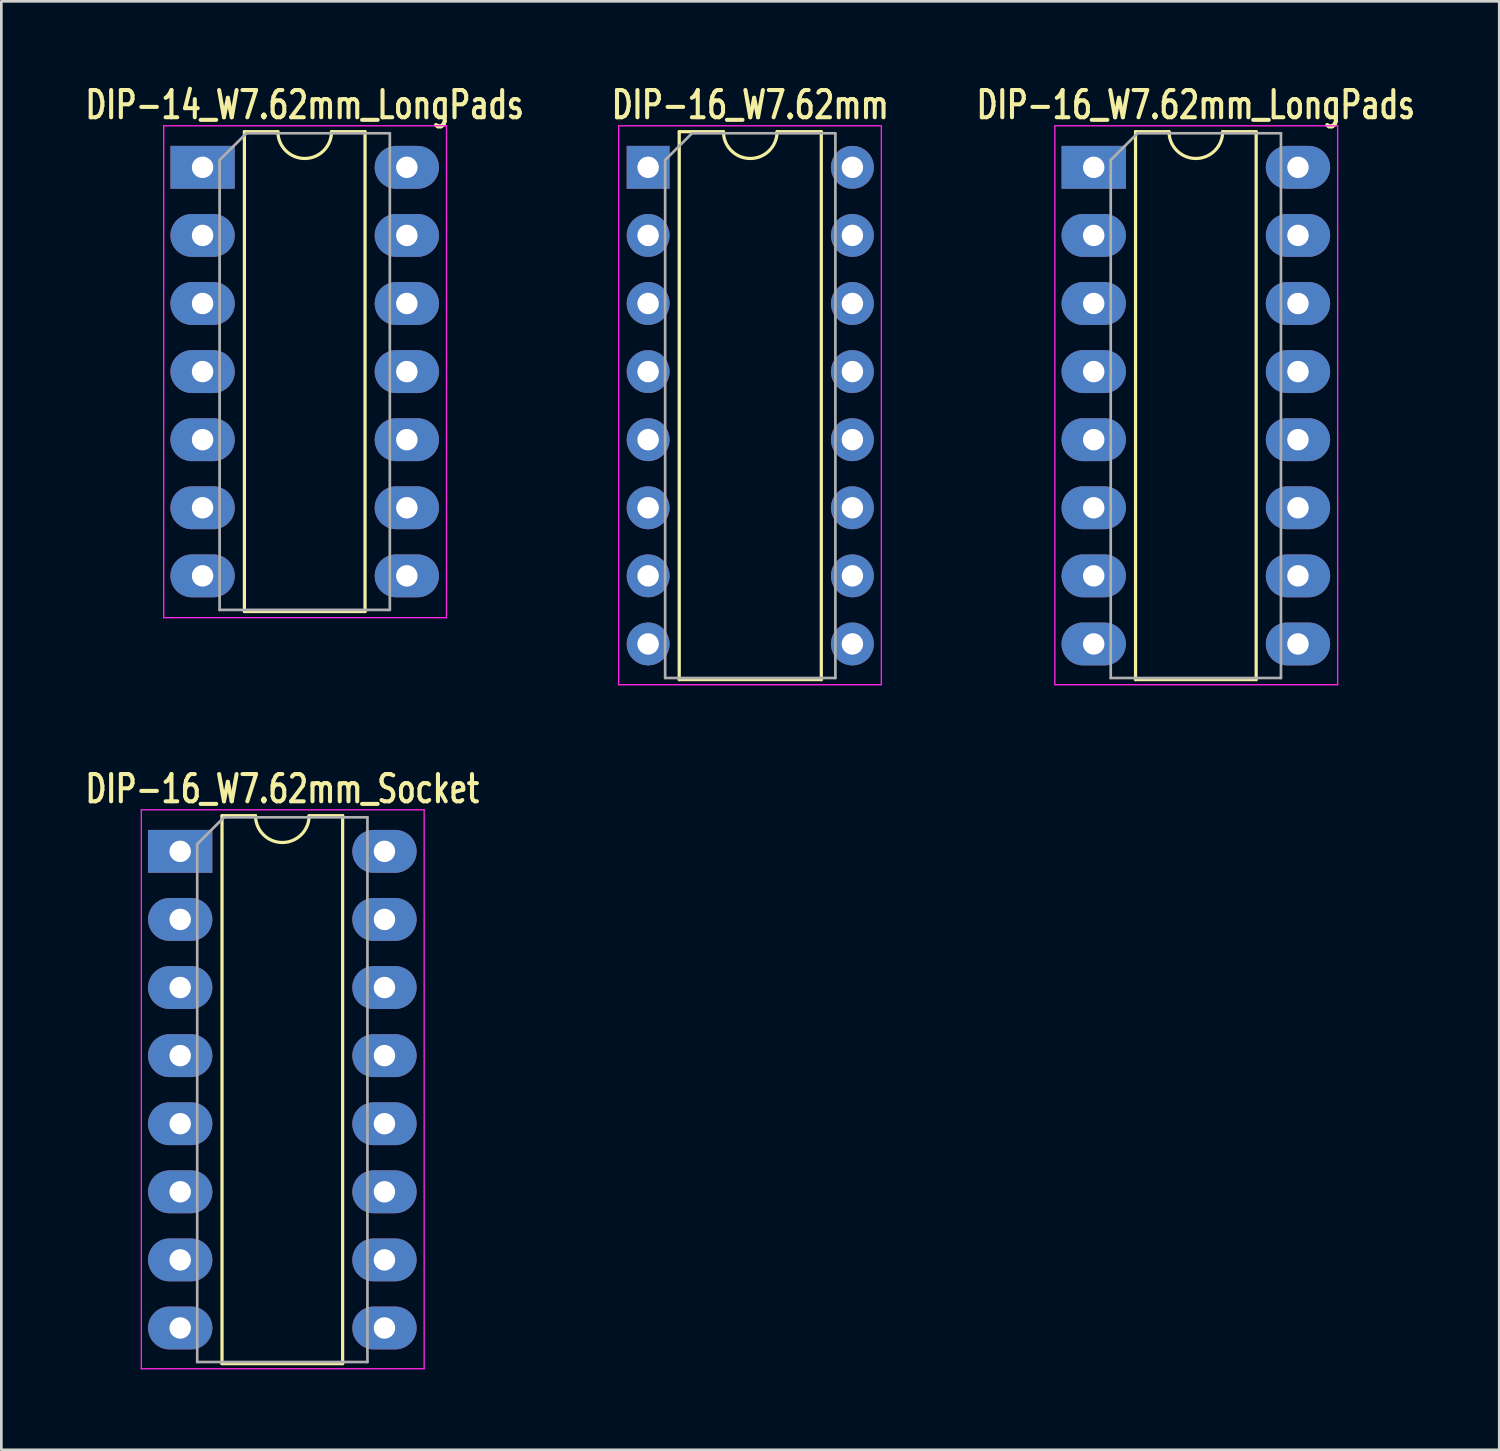
<source format=kicad_pcb>
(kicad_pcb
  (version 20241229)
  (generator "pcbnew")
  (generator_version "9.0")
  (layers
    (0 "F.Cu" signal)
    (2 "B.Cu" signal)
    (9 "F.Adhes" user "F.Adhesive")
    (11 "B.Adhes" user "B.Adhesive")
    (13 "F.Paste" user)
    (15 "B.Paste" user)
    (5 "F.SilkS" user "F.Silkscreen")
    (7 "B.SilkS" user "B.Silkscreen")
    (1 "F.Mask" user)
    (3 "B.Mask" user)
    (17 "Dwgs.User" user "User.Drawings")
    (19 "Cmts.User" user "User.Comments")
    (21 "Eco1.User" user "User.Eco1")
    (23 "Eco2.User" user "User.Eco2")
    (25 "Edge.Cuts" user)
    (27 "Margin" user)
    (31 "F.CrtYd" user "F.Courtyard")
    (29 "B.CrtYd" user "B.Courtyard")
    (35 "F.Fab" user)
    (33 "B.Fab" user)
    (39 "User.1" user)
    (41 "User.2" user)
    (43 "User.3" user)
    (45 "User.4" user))
  (footprint "DIP-16_W7.62mm_Socket"
    (layer "F.Cu")
    (at 3.672 28.709)
    (property "Reference" "DIP-16_W7.62mm_Socket" (at 3.81 -2.33 0) (layer "F.SilkS") (effects (font (size 1.016 0.762) (thickness 0.152))))
    (attr through_hole)
    (fp_line (start 1.56 -1.33) (end 1.56 19.11) (stroke (width 0.12) (type solid)) (layer "F.SilkS"))
    (fp_line (start 1.56 19.11) (end 6.06 19.11) (stroke (width 0.12) (type solid)) (layer "F.SilkS"))
    (fp_line (start 2.81 -1.33) (end 1.56 -1.33) (stroke (width 0.12) (type solid)) (layer "F.SilkS"))
    (fp_line (start 6.06 -1.33) (end 4.81 -1.33) (stroke (width 0.12) (type solid)) (layer "F.SilkS"))
    (fp_line (start 6.06 19.11) (end 6.06 -1.33) (stroke (width 0.12) (type solid)) (layer "F.SilkS"))
    (fp_arc (start 4.81 -1.33) (mid 3.81 -0.33) (end 2.81 -1.33) (stroke (width 0.12) (type solid)) (layer "F.SilkS"))
    (fp_line (start -1.45 -1.55) (end -1.45 19.3) (stroke (width 0.05) (type solid)) (layer "F.CrtYd"))
    (fp_line (start -1.45 19.3) (end 9.1 19.3) (stroke (width 0.05) (type solid)) (layer "F.CrtYd"))
    (fp_line (start 9.1 -1.55) (end -1.45 -1.55) (stroke (width 0.05) (type solid)) (layer "F.CrtYd"))
    (fp_line (start 9.1 19.3) (end 9.1 -1.55) (stroke (width 0.05) (type solid)) (layer "F.CrtYd"))
    (fp_line (start 0.635 -0.27) (end 1.635 -1.27) (stroke (width 0.1) (type solid)) (layer "F.Fab"))
    (fp_line (start 0.635 19.05) (end 0.635 -0.27) (stroke (width 0.1) (type solid)) (layer "F.Fab"))
    (fp_line (start 1.635 -1.27) (end 6.985 -1.27) (stroke (width 0.1) (type solid)) (layer "F.Fab"))
    (fp_line (start 6.985 -1.27) (end 6.985 19.05) (stroke (width 0.1) (type solid)) (layer "F.Fab"))
    (fp_line (start 6.985 19.05) (end 0.635 19.05) (stroke (width 0.1) (type solid)) (layer "F.Fab"))
    (pad "1" thru_hole rect (at 0 0) (size 2.4 1.6) (drill 0.8) (layers "*.Cu" "*.Mask"))
    (pad "2" thru_hole oval (at 0 2.54) (size 2.4 1.6) (drill 0.8) (layers "*.Cu" "*.Mask"))
    (pad "3" thru_hole oval (at 0 5.08) (size 2.4 1.6) (drill 0.8) (layers "*.Cu" "*.Mask"))
    (pad "4" thru_hole oval (at 0 7.62) (size 2.4 1.6) (drill 0.8) (layers "*.Cu" "*.Mask"))
    (pad "5" thru_hole oval (at 0 10.16) (size 2.4 1.6) (drill 0.8) (layers "*.Cu" "*.Mask"))
    (pad "6" thru_hole oval (at 0 12.7) (size 2.4 1.6) (drill 0.8) (layers "*.Cu" "*.Mask"))
    (pad "7" thru_hole oval (at 0 15.24) (size 2.4 1.6) (drill 0.8) (layers "*.Cu" "*.Mask"))
    (pad "8" thru_hole oval (at 0 17.78) (size 2.4 1.6) (drill 0.8) (layers "*.Cu" "*.Mask"))
    (pad "9" thru_hole oval (at 7.62 17.78) (size 2.4 1.6) (drill 0.8) (layers "*.Cu" "*.Mask"))
    (pad "10" thru_hole oval (at 7.62 15.24) (size 2.4 1.6) (drill 0.8) (layers "*.Cu" "*.Mask"))
    (pad "11" thru_hole oval (at 7.62 12.7) (size 2.4 1.6) (drill 0.8) (layers "*.Cu" "*.Mask"))
    (pad "12" thru_hole oval (at 7.62 10.16) (size 2.4 1.6) (drill 0.8) (layers "*.Cu" "*.Mask"))
    (pad "13" thru_hole oval (at 7.62 7.62) (size 2.4 1.6) (drill 0.8) (layers "*.Cu" "*.Mask"))
    (pad "14" thru_hole oval (at 7.62 5.08) (size 2.4 1.6) (drill 0.8) (layers "*.Cu" "*.Mask"))
    (pad "15" thru_hole oval (at 7.62 2.54) (size 2.4 1.6) (drill 0.8) (layers "*.Cu" "*.Mask"))
    (pad "16" thru_hole oval (at 7.62 0) (size 2.4 1.6) (drill 0.8) (layers "*.Cu" "*.Mask")))
  (footprint "DIP-16_W7.62mm"
    (layer "F.Cu")
    (at 21.128 3.192)
    (property "Reference" "DIP-16_W7.62mm" (at 3.81 -2.33 0) (layer "F.SilkS") (effects (font (size 1.016 0.762) (thickness 0.152))))
    (attr through_hole)
    (fp_line (start 1.16 -1.33) (end 1.16 19.11) (stroke (width 0.12) (type solid)) (layer "F.SilkS"))
    (fp_line (start 1.16 19.11) (end 6.46 19.11) (stroke (width 0.12) (type solid)) (layer "F.SilkS"))
    (fp_line (start 2.81 -1.33) (end 1.16 -1.33) (stroke (width 0.12) (type solid)) (layer "F.SilkS"))
    (fp_line (start 6.46 -1.33) (end 4.81 -1.33) (stroke (width 0.12) (type solid)) (layer "F.SilkS"))
    (fp_line (start 6.46 19.11) (end 6.46 -1.33) (stroke (width 0.12) (type solid)) (layer "F.SilkS"))
    (fp_arc (start 4.81 -1.33) (mid 3.81 -0.33) (end 2.81 -1.33) (stroke (width 0.12) (type solid)) (layer "F.SilkS"))
    (fp_line (start -1.1 -1.55) (end -1.1 19.3) (stroke (width 0.05) (type solid)) (layer "F.CrtYd"))
    (fp_line (start -1.1 19.3) (end 8.7 19.3) (stroke (width 0.05) (type solid)) (layer "F.CrtYd"))
    (fp_line (start 8.7 -1.55) (end -1.1 -1.55) (stroke (width 0.05) (type solid)) (layer "F.CrtYd"))
    (fp_line (start 8.7 19.3) (end 8.7 -1.55) (stroke (width 0.05) (type solid)) (layer "F.CrtYd"))
    (fp_line (start 0.635 -0.27) (end 1.635 -1.27) (stroke (width 0.1) (type solid)) (layer "F.Fab"))
    (fp_line (start 0.635 19.05) (end 0.635 -0.27) (stroke (width 0.1) (type solid)) (layer "F.Fab"))
    (fp_line (start 1.635 -1.27) (end 6.985 -1.27) (stroke (width 0.1) (type solid)) (layer "F.Fab"))
    (fp_line (start 6.985 -1.27) (end 6.985 19.05) (stroke (width 0.1) (type solid)) (layer "F.Fab"))
    (fp_line (start 6.985 19.05) (end 0.635 19.05) (stroke (width 0.1) (type solid)) (layer "F.Fab"))
    (pad "1" thru_hole rect (at 0 0) (size 1.6 1.6) (drill 0.8) (layers "*.Cu" "*.Mask"))
    (pad "2" thru_hole oval (at 0 2.54) (size 1.6 1.6) (drill 0.8) (layers "*.Cu" "*.Mask"))
    (pad "3" thru_hole oval (at 0 5.08) (size 1.6 1.6) (drill 0.8) (layers "*.Cu" "*.Mask"))
    (pad "4" thru_hole oval (at 0 7.62) (size 1.6 1.6) (drill 0.8) (layers "*.Cu" "*.Mask"))
    (pad "5" thru_hole oval (at 0 10.16) (size 1.6 1.6) (drill 0.8) (layers "*.Cu" "*.Mask"))
    (pad "6" thru_hole oval (at 0 12.7) (size 1.6 1.6) (drill 0.8) (layers "*.Cu" "*.Mask"))
    (pad "7" thru_hole oval (at 0 15.24) (size 1.6 1.6) (drill 0.8) (layers "*.Cu" "*.Mask"))
    (pad "8" thru_hole oval (at 0 17.78) (size 1.6 1.6) (drill 0.8) (layers "*.Cu" "*.Mask"))
    (pad "9" thru_hole oval (at 7.62 17.78) (size 1.6 1.6) (drill 0.8) (layers "*.Cu" "*.Mask"))
    (pad "10" thru_hole oval (at 7.62 15.24) (size 1.6 1.6) (drill 0.8) (layers "*.Cu" "*.Mask"))
    (pad "11" thru_hole oval (at 7.62 12.7) (size 1.6 1.6) (drill 0.8) (layers "*.Cu" "*.Mask"))
    (pad "12" thru_hole oval (at 7.62 10.16) (size 1.6 1.6) (drill 0.8) (layers "*.Cu" "*.Mask"))
    (pad "13" thru_hole oval (at 7.62 7.62) (size 1.6 1.6) (drill 0.8) (layers "*.Cu" "*.Mask"))
    (pad "14" thru_hole oval (at 7.62 5.08) (size 1.6 1.6) (drill 0.8) (layers "*.Cu" "*.Mask"))
    (pad "15" thru_hole oval (at 7.62 2.54) (size 1.6 1.6) (drill 0.8) (layers "*.Cu" "*.Mask"))
    (pad "16" thru_hole oval (at 7.62 0) (size 1.6 1.6) (drill 0.8) (layers "*.Cu" "*.Mask")))
  (footprint "DIP-16_W7.62mm_LongPads"
    (layer "F.Cu")
    (at 37.75 3.192)
    (property "Reference" "DIP-16_W7.62mm_LongPads" (at 3.81 -2.33 0) (layer "F.SilkS") (effects (font (size 1.016 0.762) (thickness 0.152))))
    (attr through_hole)
    (fp_line (start 1.56 -1.33) (end 1.56 19.11) (stroke (width 0.12) (type solid)) (layer "F.SilkS"))
    (fp_line (start 1.56 19.11) (end 6.06 19.11) (stroke (width 0.12) (type solid)) (layer "F.SilkS"))
    (fp_line (start 2.81 -1.33) (end 1.56 -1.33) (stroke (width 0.12) (type solid)) (layer "F.SilkS"))
    (fp_line (start 6.06 -1.33) (end 4.81 -1.33) (stroke (width 0.12) (type solid)) (layer "F.SilkS"))
    (fp_line (start 6.06 19.11) (end 6.06 -1.33) (stroke (width 0.12) (type solid)) (layer "F.SilkS"))
    (fp_arc (start 4.81 -1.33) (mid 3.81 -0.33) (end 2.81 -1.33) (stroke (width 0.12) (type solid)) (layer "F.SilkS"))
    (fp_line (start -1.45 -1.55) (end -1.45 19.3) (stroke (width 0.05) (type solid)) (layer "F.CrtYd"))
    (fp_line (start -1.45 19.3) (end 9.1 19.3) (stroke (width 0.05) (type solid)) (layer "F.CrtYd"))
    (fp_line (start 9.1 -1.55) (end -1.45 -1.55) (stroke (width 0.05) (type solid)) (layer "F.CrtYd"))
    (fp_line (start 9.1 19.3) (end 9.1 -1.55) (stroke (width 0.05) (type solid)) (layer "F.CrtYd"))
    (fp_line (start 0.635 -0.27) (end 1.635 -1.27) (stroke (width 0.1) (type solid)) (layer "F.Fab"))
    (fp_line (start 0.635 19.05) (end 0.635 -0.27) (stroke (width 0.1) (type solid)) (layer "F.Fab"))
    (fp_line (start 1.635 -1.27) (end 6.985 -1.27) (stroke (width 0.1) (type solid)) (layer "F.Fab"))
    (fp_line (start 6.985 -1.27) (end 6.985 19.05) (stroke (width 0.1) (type solid)) (layer "F.Fab"))
    (fp_line (start 6.985 19.05) (end 0.635 19.05) (stroke (width 0.1) (type solid)) (layer "F.Fab"))
    (pad "1" thru_hole rect (at 0 0) (size 2.4 1.6) (drill 0.8) (layers "*.Cu" "*.Mask"))
    (pad "2" thru_hole oval (at 0 2.54) (size 2.4 1.6) (drill 0.8) (layers "*.Cu" "*.Mask"))
    (pad "3" thru_hole oval (at 0 5.08) (size 2.4 1.6) (drill 0.8) (layers "*.Cu" "*.Mask"))
    (pad "4" thru_hole oval (at 0 7.62) (size 2.4 1.6) (drill 0.8) (layers "*.Cu" "*.Mask"))
    (pad "5" thru_hole oval (at 0 10.16) (size 2.4 1.6) (drill 0.8) (layers "*.Cu" "*.Mask"))
    (pad "6" thru_hole oval (at 0 12.7) (size 2.4 1.6) (drill 0.8) (layers "*.Cu" "*.Mask"))
    (pad "7" thru_hole oval (at 0 15.24) (size 2.4 1.6) (drill 0.8) (layers "*.Cu" "*.Mask"))
    (pad "8" thru_hole oval (at 0 17.78) (size 2.4 1.6) (drill 0.8) (layers "*.Cu" "*.Mask"))
    (pad "9" thru_hole oval (at 7.62 17.78) (size 2.4 1.6) (drill 0.8) (layers "*.Cu" "*.Mask"))
    (pad "10" thru_hole oval (at 7.62 15.24) (size 2.4 1.6) (drill 0.8) (layers "*.Cu" "*.Mask"))
    (pad "11" thru_hole oval (at 7.62 12.7) (size 2.4 1.6) (drill 0.8) (layers "*.Cu" "*.Mask"))
    (pad "12" thru_hole oval (at 7.62 10.16) (size 2.4 1.6) (drill 0.8) (layers "*.Cu" "*.Mask"))
    (pad "13" thru_hole oval (at 7.62 7.62) (size 2.4 1.6) (drill 0.8) (layers "*.Cu" "*.Mask"))
    (pad "14" thru_hole oval (at 7.62 5.08) (size 2.4 1.6) (drill 0.8) (layers "*.Cu" "*.Mask"))
    (pad "15" thru_hole oval (at 7.62 2.54) (size 2.4 1.6) (drill 0.8) (layers "*.Cu" "*.Mask"))
    (pad "16" thru_hole oval (at 7.62 0) (size 2.4 1.6) (drill 0.8) (layers "*.Cu" "*.Mask")))
  (footprint "DIP-14_W7.62mm_LongPads"
    (layer "F.Cu")
    (at 4.507 3.192)
    (property "Reference" "DIP-14_W7.62mm_LongPads" (at 3.81 -2.33 0) (layer "F.SilkS") (effects (font (size 1.016 0.762) (thickness 0.152))))
    (attr through_hole)
    (fp_line (start 1.56 -1.33) (end 1.56 16.57) (stroke (width 0.12) (type solid)) (layer "F.SilkS"))
    (fp_line (start 1.56 16.57) (end 6.06 16.57) (stroke (width 0.12) (type solid)) (layer "F.SilkS"))
    (fp_line (start 2.81 -1.33) (end 1.56 -1.33) (stroke (width 0.12) (type solid)) (layer "F.SilkS"))
    (fp_line (start 6.06 -1.33) (end 4.81 -1.33) (stroke (width 0.12) (type solid)) (layer "F.SilkS"))
    (fp_line (start 6.06 16.57) (end 6.06 -1.33) (stroke (width 0.12) (type solid)) (layer "F.SilkS"))
    (fp_arc (start 4.81 -1.33) (mid 3.81 -0.33) (end 2.81 -1.33) (stroke (width 0.12) (type solid)) (layer "F.SilkS"))
    (fp_line (start -1.45 -1.55) (end -1.45 16.8) (stroke (width 0.05) (type solid)) (layer "F.CrtYd"))
    (fp_line (start -1.45 16.8) (end 9.1 16.8) (stroke (width 0.05) (type solid)) (layer "F.CrtYd"))
    (fp_line (start 9.1 -1.55) (end -1.45 -1.55) (stroke (width 0.05) (type solid)) (layer "F.CrtYd"))
    (fp_line (start 9.1 16.8) (end 9.1 -1.55) (stroke (width 0.05) (type solid)) (layer "F.CrtYd"))
    (fp_line (start 0.635 -0.27) (end 1.635 -1.27) (stroke (width 0.1) (type solid)) (layer "F.Fab"))
    (fp_line (start 0.635 16.51) (end 0.635 -0.27) (stroke (width 0.1) (type solid)) (layer "F.Fab"))
    (fp_line (start 1.635 -1.27) (end 6.985 -1.27) (stroke (width 0.1) (type solid)) (layer "F.Fab"))
    (fp_line (start 6.985 -1.27) (end 6.985 16.51) (stroke (width 0.1) (type solid)) (layer "F.Fab"))
    (fp_line (start 6.985 16.51) (end 0.635 16.51) (stroke (width 0.1) (type solid)) (layer "F.Fab"))
    (pad "1" thru_hole rect (at 0 0) (size 2.4 1.6) (drill 0.8) (layers "*.Cu" "*.Mask"))
    (pad "2" thru_hole oval (at 0 2.54) (size 2.4 1.6) (drill 0.8) (layers "*.Cu" "*.Mask"))
    (pad "3" thru_hole oval (at 0 5.08) (size 2.4 1.6) (drill 0.8) (layers "*.Cu" "*.Mask"))
    (pad "4" thru_hole oval (at 0 7.62) (size 2.4 1.6) (drill 0.8) (layers "*.Cu" "*.Mask"))
    (pad "5" thru_hole oval (at 0 10.16) (size 2.4 1.6) (drill 0.8) (layers "*.Cu" "*.Mask"))
    (pad "6" thru_hole oval (at 0 12.7) (size 2.4 1.6) (drill 0.8) (layers "*.Cu" "*.Mask"))
    (pad "7" thru_hole oval (at 0 15.24) (size 2.4 1.6) (drill 0.8) (layers "*.Cu" "*.Mask"))
    (pad "8" thru_hole oval (at 7.62 15.24) (size 2.4 1.6) (drill 0.8) (layers "*.Cu" "*.Mask"))
    (pad "9" thru_hole oval (at 7.62 12.7) (size 2.4 1.6) (drill 0.8) (layers "*.Cu" "*.Mask"))
    (pad "10" thru_hole oval (at 7.62 10.16) (size 2.4 1.6) (drill 0.8) (layers "*.Cu" "*.Mask"))
    (pad "11" thru_hole oval (at 7.62 7.62) (size 2.4 1.6) (drill 0.8) (layers "*.Cu" "*.Mask"))
    (pad "12" thru_hole oval (at 7.62 5.08) (size 2.4 1.6) (drill 0.8) (layers "*.Cu" "*.Mask"))
    (pad "13" thru_hole oval (at 7.62 2.54) (size 2.4 1.6) (drill 0.8) (layers "*.Cu" "*.Mask"))
    (pad "14" thru_hole oval (at 7.62 0) (size 2.4 1.6) (drill 0.8) (layers "*.Cu" "*.Mask")))
  (gr_rect
    (start -3 -3)
    (end 52.877 51.034)
    (stroke (width 0.1) (type default))
    (fill no)
    (layer "Edge.Cuts")))
</source>
